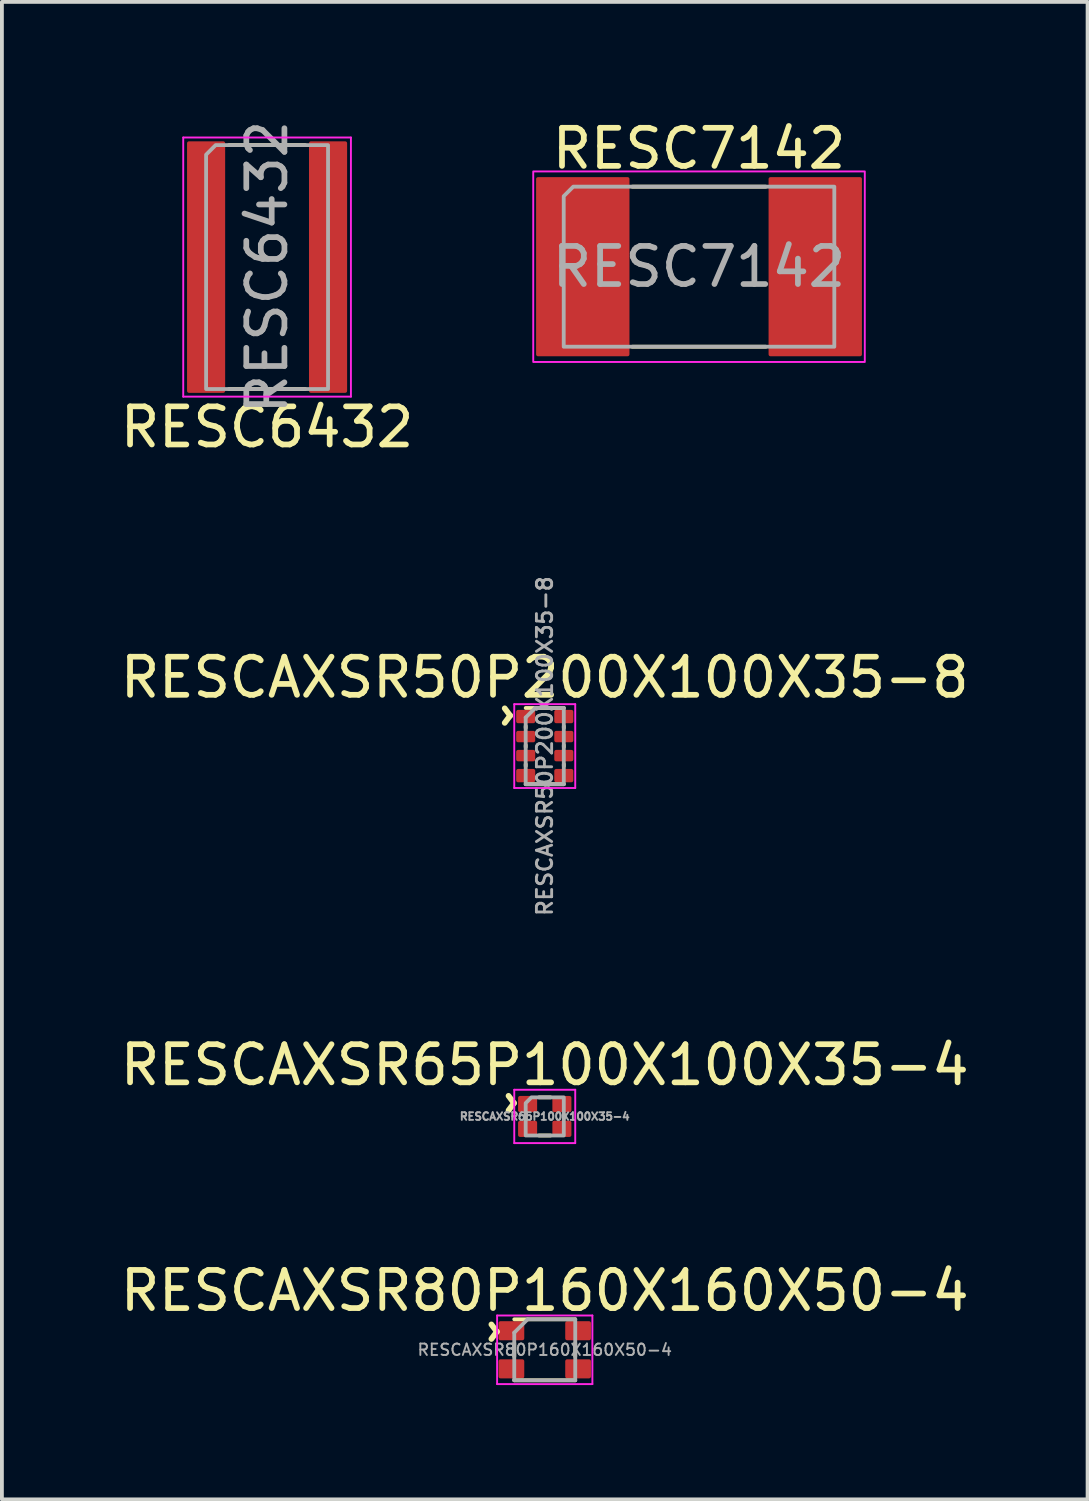
<source format=kicad_pcb>
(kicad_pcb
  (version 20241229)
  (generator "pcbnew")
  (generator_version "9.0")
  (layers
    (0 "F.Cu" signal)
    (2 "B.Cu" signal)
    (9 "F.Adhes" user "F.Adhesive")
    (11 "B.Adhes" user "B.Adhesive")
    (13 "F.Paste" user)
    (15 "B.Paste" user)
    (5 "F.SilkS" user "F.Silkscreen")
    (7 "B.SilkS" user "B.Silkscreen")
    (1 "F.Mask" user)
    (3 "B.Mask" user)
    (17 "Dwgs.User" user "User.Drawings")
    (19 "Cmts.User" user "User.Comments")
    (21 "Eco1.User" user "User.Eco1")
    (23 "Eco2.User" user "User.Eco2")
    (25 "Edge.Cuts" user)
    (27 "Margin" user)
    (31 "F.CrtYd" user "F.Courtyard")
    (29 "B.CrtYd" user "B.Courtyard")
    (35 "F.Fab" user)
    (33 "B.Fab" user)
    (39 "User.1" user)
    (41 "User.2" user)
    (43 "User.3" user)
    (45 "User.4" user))
  (footprint "RESCAXSR50P200X100X35-8"
    (layer "F.Cu")
    (at 11.244 16.527)
    (property "Reference" "RESCAXSR50P200X100X35-8" (at 0 -1.8 0) (layer "F.SilkS") (effects (font (size 1 1) (thickness 0.15))))
    (attr smd)
    (fp_line (start -0.5 -0.525) (end -0.5 -0.475) (stroke (width 0.1) (type default)) (layer "F.SilkS"))
    (fp_line (start -0.5 -0.025) (end -0.5 0.025) (stroke (width 0.1) (type default)) (layer "F.SilkS"))
    (fp_line (start -0.5 0.475) (end -0.5 0.525) (stroke (width 0.1) (type default)) (layer "F.SilkS"))
    (fp_line (start 0.5 -1) (end -0.5 -1) (stroke (width 0.1) (type solid)) (layer "F.SilkS"))
    (fp_line (start 0.5 -0.525) (end 0.5 -0.475) (stroke (width 0.1) (type default)) (layer "F.SilkS"))
    (fp_line (start 0.5 -0.025) (end 0.5 0.025) (stroke (width 0.1) (type default)) (layer "F.SilkS"))
    (fp_line (start 0.5 0.475) (end 0.5 0.525) (stroke (width 0.1) (type default)) (layer "F.SilkS"))
    (fp_line (start 0.5 1) (end -0.5 1) (stroke (width 0.1) (type solid)) (layer "F.SilkS"))
    (fp_line (start -0.8 -1.1) (end -0.8 1.1) (stroke (width 0.05) (type solid)) (layer "F.CrtYd"))
    (fp_line (start -0.8 -1.1) (end 0.8 -1.1) (stroke (width 0.05) (type solid)) (layer "F.CrtYd"))
    (fp_line (start 0.8 1.1) (end -0.8 1.1) (stroke (width 0.05) (type solid)) (layer "F.CrtYd"))
    (fp_line (start 0.8 1.1) (end 0.8 -1.1) (stroke (width 0.05) (type solid)) (layer "F.CrtYd"))
    (fp_line (start -0.5 1) (end -0.5 -0.75) (stroke (width 0.1) (type solid)) (layer "F.Fab"))
    (fp_line (start -0.5 1) (end 0.5 1) (stroke (width 0.1) (type solid)) (layer "F.Fab"))
    (fp_line (start -0.25 -1) (end -0.5 -0.75) (stroke (width 0.1) (type solid)) (layer "F.Fab"))
    (fp_line (start 0.5 -1) (end -0.25 -1) (stroke (width 0.1) (type solid)) (layer "F.Fab"))
    (fp_line (start 0.5 1) (end 0.5 -1) (stroke (width 0.1) (type solid)) (layer "F.Fab"))
    (fp_text user "^" (at -1.5 -0.8 270) (unlocked yes) (layer "F.SilkS") (effects (font (size 1 1) (thickness 0.15))))
    (fp_text user "${REFERENCE}" (at 0 0 90) (layer "F.Fab") (effects (font (size 0.4 0.4) (thickness 0.075))))
    (pad "1" smd roundrect (at -0.5 -0.775) (size 0.5 0.35) (layers "F.Cu" "F.Mask" "F.Paste") (roundrect_rratio 0.143))
    (pad "2" smd roundrect (at -0.5 -0.25) (size 0.5 0.3) (layers "F.Cu" "F.Mask" "F.Paste") (roundrect_rratio 0.167))
    (pad "3" smd roundrect (at -0.5 0.25) (size 0.5 0.3) (layers "F.Cu" "F.Mask" "F.Paste") (roundrect_rratio 0.167))
    (pad "4" smd roundrect (at -0.5 0.775) (size 0.5 0.35) (layers "F.Cu" "F.Mask" "F.Paste") (roundrect_rratio 0.143))
    (pad "5" smd roundrect (at 0.5 0.775) (size 0.5 0.35) (layers "F.Cu" "F.Mask" "F.Paste") (roundrect_rratio 0.143))
    (pad "6" smd roundrect (at 0.5 0.25) (size 0.5 0.3) (layers "F.Cu" "F.Mask" "F.Paste") (roundrect_rratio 0.167))
    (pad "7" smd roundrect (at 0.5 -0.25) (size 0.5 0.3) (layers "F.Cu" "F.Mask" "F.Paste") (roundrect_rratio 0.167))
    (pad "8" smd roundrect (at 0.5 -0.775) (size 0.5 0.35) (layers "F.Cu" "F.Mask" "F.Paste") (roundrect_rratio 0.143)))
  (footprint "RESC7142"
    (layer "F.Cu")
    (at 15.292 3.948)
    (property "Reference" "RESC7142" (at 0 -3.1 0) (layer "F.SilkS") (effects (font (size 1 1) (thickness 0.15))))
    (attr smd)
    (fp_line (start -1.75 -2.1) (end 1.75 -2.1) (stroke (width 0.1) (type solid)) (layer "F.SilkS"))
    (fp_line (start -1.75 2.1) (end 1.75 2.1) (stroke (width 0.1) (type solid)) (layer "F.SilkS"))
    (fp_rect (start -4.35 -2.5) (end 4.35 2.5) (stroke (width 0.05) (type default)) (fill no) (layer "F.CrtYd"))
    (fp_poly (pts (xy 3.55 -2.1) (xy 3.55 2.1) (xy -3.55 2.1) (xy -3.55 -1.85) (xy -3.3 -2.1)) (stroke (width 0.1) (type solid)) (fill no) (layer "F.Fab"))
    (fp_text user "${REFERENCE}" (at 0 0 0) (layer "F.Fab") (effects (font (size 1 1) (thickness 0.15))))
    (pad "" smd roundrect (at -3.05 -1.8) (size 2.45 1.1) (layers "F.Paste") (roundrect_rratio 0.038))
    (pad "" smd roundrect (at -3.05 0) (size 2.45 1.5) (layers "F.Paste") (roundrect_rratio 0.033))
    (pad "" smd roundrect (at -3.05 1.8) (size 2.45 1.1) (layers "F.Paste") (roundrect_rratio 0.038))
    (pad "" smd roundrect (at 3.05 -1.8) (size 2.45 1.1) (layers "F.Paste") (roundrect_rratio 0.038))
    (pad "" smd roundrect (at 3.05 0) (size 2.45 1.5) (layers "F.Paste") (roundrect_rratio 0.033))
    (pad "" smd roundrect (at 3.05 1.8) (size 2.45 1.1) (layers "F.Paste") (roundrect_rratio 0.038))
    (pad "1" smd roundrect (at -3.05 0) (size 2.45 4.7) (layers "F.Cu" "F.Mask") (roundrect_rratio 0.02))
    (pad "2" smd roundrect (at 3.05 0) (size 2.45 4.7) (layers "F.Cu" "F.Mask") (roundrect_rratio 0.02)))
  (footprint "RESCAXSR65P100X100X35-4"
    (layer "F.Cu")
    (at 11.244 26.245)
    (property "Reference" "RESCAXSR65P100X100X35-4" (at 0 -1.35 0) (layer "F.SilkS") (effects (font (size 1 1) (thickness 0.15))))
    (attr smd)
    (fp_line (start -0.5 -0.05) (end -0.5 0.05) (stroke (width 0.1) (type default)) (layer "F.SilkS"))
    (fp_line (start -0.15 -0.5) (end 0.15 -0.5) (stroke (width 0.1) (type solid)) (layer "F.SilkS"))
    (fp_line (start -0.15 0.5) (end 0.15 0.5) (stroke (width 0.1) (type solid)) (layer "F.SilkS"))
    (fp_line (start 0.5 -0.05) (end 0.5 0.05) (stroke (width 0.1) (type default)) (layer "F.SilkS"))
    (fp_line (start -0.8 -0.7) (end -0.8 0.7) (stroke (width 0.05) (type solid)) (layer "F.CrtYd"))
    (fp_line (start -0.8 -0.7) (end 0.8 -0.7) (stroke (width 0.05) (type solid)) (layer "F.CrtYd"))
    (fp_line (start 0.8 0.7) (end -0.8 0.7) (stroke (width 0.05) (type solid)) (layer "F.CrtYd"))
    (fp_line (start 0.8 0.7) (end 0.8 -0.7) (stroke (width 0.05) (type solid)) (layer "F.CrtYd"))
    (fp_poly (pts (xy 0.5 -0.5) (xy 0.5 0.5) (xy -0.5 0.5) (xy -0.5 -0.35) (xy -0.35 -0.5)) (stroke (width 0.1) (type solid)) (fill no) (layer "F.Fab"))
    (fp_text user "^" (at -1.4 -0.35 270) (unlocked yes) (layer "F.SilkS") (effects (font (size 1 1) (thickness 0.15))))
    (fp_text user "${REFERENCE}" (at 0 0 0) (layer "F.Fab") (effects (font (size 0.2 0.2) (thickness 0.05))))
    (pad "1" smd roundrect (at -0.45 -0.325) (size 0.5 0.425) (layers "F.Cu" "F.Mask" "F.Paste") (roundrect_rratio 0.118))
    (pad "2" smd roundrect (at -0.45 0.325) (size 0.5 0.425) (layers "F.Cu" "F.Mask" "F.Paste") (roundrect_rratio 0.118))
    (pad "3" smd roundrect (at 0.45 0.325) (size 0.5 0.425) (layers "F.Cu" "F.Mask" "F.Paste") (roundrect_rratio 0.118))
    (pad "4" smd roundrect (at 0.45 -0.325) (size 0.5 0.425) (layers "F.Cu" "F.Mask" "F.Paste") (roundrect_rratio 0.118)))
  (footprint "RESCAXSR80P160X160X50-4"
    (layer "F.Cu")
    (at 11.244 32.368)
    (property "Reference" "RESCAXSR80P160X160X50-4" (at 0 -1.55 0) (layer "F.SilkS") (effects (font (size 1 1) (thickness 0.15))))
    (attr smd)
    (fp_line (start -0.8 -0.175) (end -0.8 0.175) (stroke (width 0.1) (type default)) (layer "F.SilkS"))
    (fp_line (start 0.8 -0.8) (end -0.8 -0.8) (stroke (width 0.1) (type solid)) (layer "F.SilkS"))
    (fp_line (start 0.8 -0.175) (end 0.8 0.175) (stroke (width 0.1) (type default)) (layer "F.SilkS"))
    (fp_line (start 0.8 0.8) (end -0.8 0.8) (stroke (width 0.1) (type solid)) (layer "F.SilkS"))
    (fp_line (start -1.25 -0.9) (end -1.25 0.9) (stroke (width 0.05) (type solid)) (layer "F.CrtYd"))
    (fp_line (start -1.25 -0.9) (end 1.25 -0.9) (stroke (width 0.05) (type solid)) (layer "F.CrtYd"))
    (fp_line (start 1.25 0.9) (end -1.25 0.9) (stroke (width 0.05) (type solid)) (layer "F.CrtYd"))
    (fp_line (start 1.25 0.9) (end 1.25 -0.9) (stroke (width 0.05) (type solid)) (layer "F.CrtYd"))
    (fp_line (start -0.8 -0.45) (end -0.45 -0.8) (stroke (width 0.1) (type solid)) (layer "F.Fab"))
    (fp_line (start -0.8 0.8) (end -0.8 -0.45) (stroke (width 0.1) (type solid)) (layer "F.Fab"))
    (fp_line (start -0.45 -0.8) (end 0.8 -0.8) (stroke (width 0.1) (type solid)) (layer "F.Fab"))
    (fp_line (start 0.8 -0.8) (end 0.8 0.8) (stroke (width 0.1) (type solid)) (layer "F.Fab"))
    (fp_line (start 0.8 0.8) (end -0.8 0.8) (stroke (width 0.1) (type solid)) (layer "F.Fab"))
    (fp_text user "^" (at -1.85 -0.475 270) (unlocked yes) (layer "F.SilkS") (effects (font (size 1 1) (thickness 0.15))))
    (fp_text user "${REFERENCE}" (at 0 0 0) (layer "F.Fab") (effects (font (size 0.3 0.3) (thickness 0.05))))
    (pad "1" smd roundrect (at -0.875 -0.5) (size 0.675 0.5) (layers "F.Cu" "F.Mask" "F.Paste") (roundrect_rratio 0.1))
    (pad "2" smd roundrect (at -0.875 0.5) (size 0.675 0.5) (layers "F.Cu" "F.Mask" "F.Paste") (roundrect_rratio 0.1))
    (pad "3" smd roundrect (at 0.875 0.5) (size 0.675 0.5) (layers "F.Cu" "F.Mask" "F.Paste") (roundrect_rratio 0.1))
    (pad "4" smd roundrect (at 0.875 -0.5) (size 0.675 0.5) (layers "F.Cu" "F.Mask" "F.Paste") (roundrect_rratio 0.1)))
  (footprint "RESC6432"
    (layer "F.Cu")
    (at 3.958 3.958)
    (property "Reference" "RESC6432" (at 0 4.2 0) (unlocked yes) (layer "F.SilkS") (effects (font (size 1 1) (thickness 0.15))))
    (attr smd)
    (fp_line (start -1 -3.2) (end 1 -3.2) (stroke (width 0.1) (type solid)) (layer "F.SilkS"))
    (fp_line (start -1 3.2) (end 1 3.2) (stroke (width 0.1) (type solid)) (layer "F.SilkS"))
    (fp_line (start -2.2 -3.4) (end 2.2 -3.4) (stroke (width 0.05) (type solid)) (layer "F.CrtYd"))
    (fp_line (start -2.2 3.4) (end -2.2 -3.4) (stroke (width 0.05) (type solid)) (layer "F.CrtYd"))
    (fp_line (start 2.2 -3.4) (end 2.2 3.4) (stroke (width 0.05) (type solid)) (layer "F.CrtYd"))
    (fp_line (start 2.2 3.4) (end -2.2 3.4) (stroke (width 0.05) (type solid)) (layer "F.CrtYd"))
    (fp_poly (pts (xy 1.6 -3.2) (xy 1.6 3.2) (xy -1.6 3.2) (xy -1.6 -2.95) (xy -1.35 -3.2)) (stroke (width 0.1) (type solid)) (fill no) (layer "F.Fab"))
    (fp_text user "${REFERENCE}" (at 0 0 90) (unlocked yes) (layer "F.Fab") (effects (font (size 1 1) (thickness 0.15))))
    (pad "" smd roundrect (at -1.6 -2.4) (size 1 1.8) (layers "F.Paste") (roundrect_rratio 0.05))
    (pad "" smd roundrect (at -1.6 0) (size 1 2) (layers "F.Paste") (roundrect_rratio 0.05))
    (pad "" smd roundrect (at -1.6 2.4) (size 1 1.8) (layers "F.Paste") (roundrect_rratio 0.05))
    (pad "" smd roundrect (at 1.6 -2.4) (size 1 1.8) (layers "F.Paste") (roundrect_rratio 0.05))
    (pad "" smd roundrect (at 1.6 0) (size 1 2) (layers "F.Paste") (roundrect_rratio 0.05))
    (pad "" smd roundrect (at 1.6 2.4) (size 1 1.8) (layers "F.Paste") (roundrect_rratio 0.05))
    (pad "1" smd roundrect (at -1.6 0) (size 1 6.6) (layers "F.Cu" "F.Mask") (roundrect_rratio 0.05))
    (pad "2" smd roundrect (at 1.6 0) (size 1 6.6) (layers "F.Cu" "F.Mask") (roundrect_rratio 0.05)))
  (gr_rect
    (start -3 -3)
    (end 25.488 36.293)
    (stroke (width 0.1) (type default))
    (fill no)
    (layer "Edge.Cuts")))
</source>
